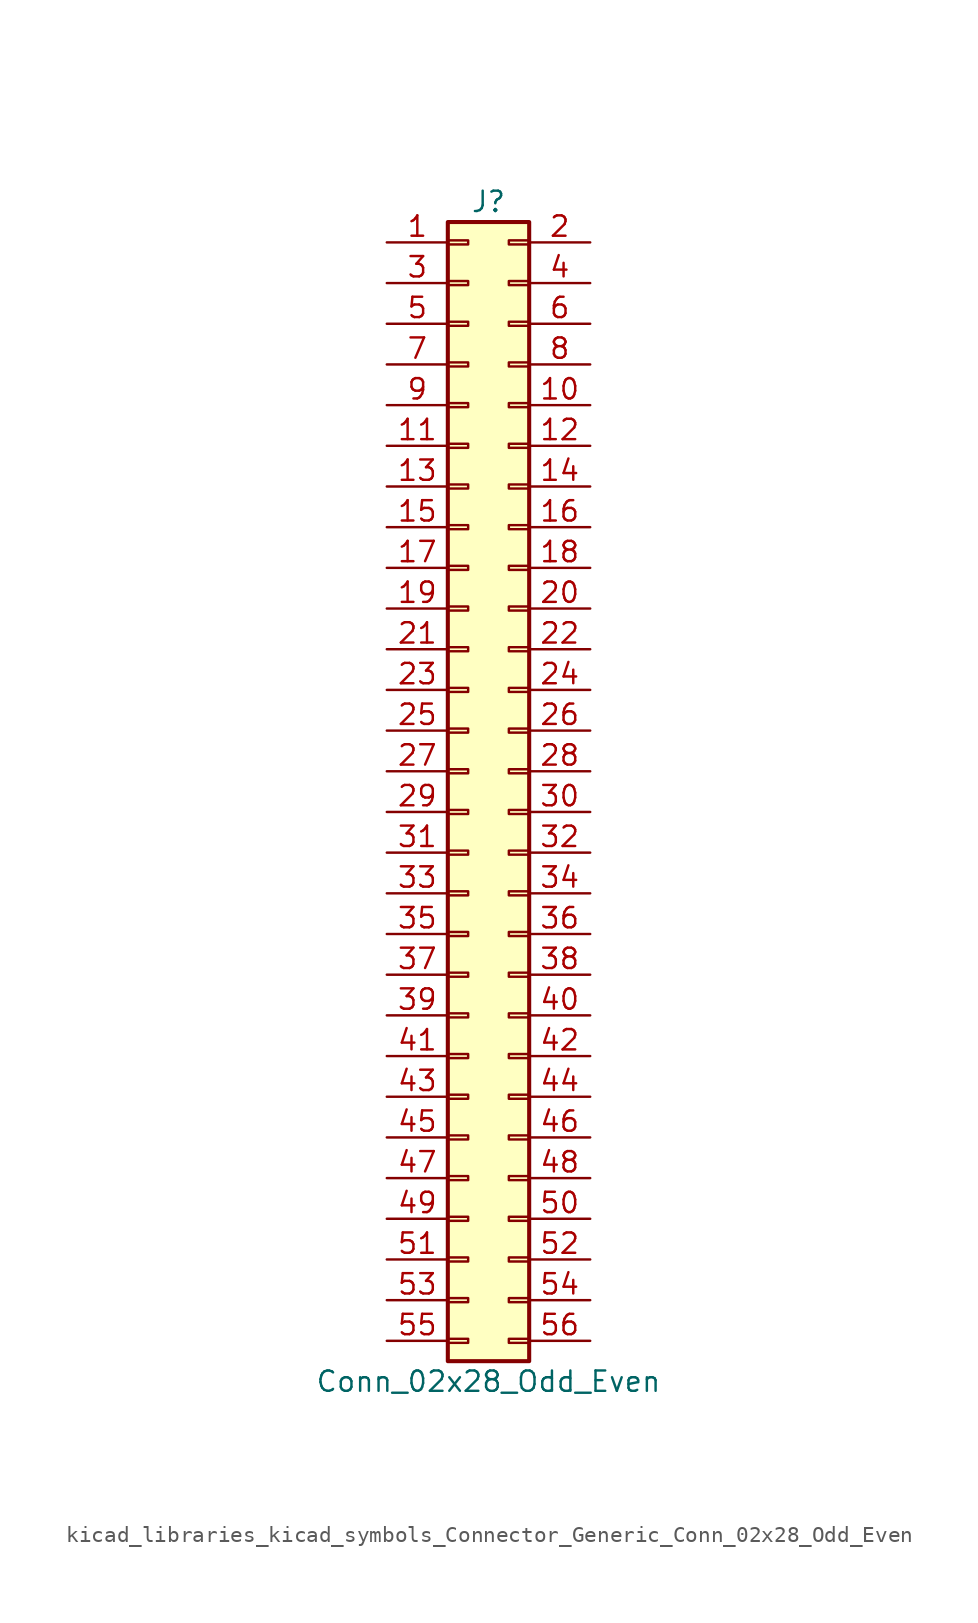
<source format=kicad_sym>
(kicad_symbol_lib
  (version 20220914)
  (generator kicad_symbol_editor)
  (symbol "kicad_libraries_kicad_symbols_Connector_Generic_Conn_02x28_Odd_Even"
    (pin_names
      (offset 1.016) hide)
    (property "Reference" "J"
      (at 1.27 35.56 0)
      (effects (font (size 1.27 1.27))))
    (property "Value" "Conn_02x28_Odd_Even"
      (at 1.27 -38.1 0)
      (effects (font (size 1.27 1.27))))
    (symbol "kicad_libraries_kicad_symbols_Connector_Generic_Conn_02x28_Odd_Even_1_1"
      (rectangle (start -1.27 -35.433) (end 0 -35.687) (stroke (width 0.152) (type default)) (fill (type none)))
      (rectangle (start -1.27 -32.893) (end 0 -33.147) (stroke (width 0.152) (type default)) (fill (type none)))
      (rectangle (start -1.27 -30.353) (end 0 -30.607) (stroke (width 0.152) (type default)) (fill (type none)))
      (rectangle (start -1.27 -27.813) (end 0 -28.067) (stroke (width 0.152) (type default)) (fill (type none)))
      (rectangle (start -1.27 -25.273) (end 0 -25.527) (stroke (width 0.152) (type default)) (fill (type none)))
      (rectangle (start -1.27 -22.733) (end 0 -22.987) (stroke (width 0.152) (type default)) (fill (type none)))
      (rectangle (start -1.27 -20.193) (end 0 -20.447) (stroke (width 0.152) (type default)) (fill (type none)))
      (rectangle (start -1.27 -17.653) (end 0 -17.907) (stroke (width 0.152) (type default)) (fill (type none)))
      (rectangle (start -1.27 -15.113) (end 0 -15.367) (stroke (width 0.152) (type default)) (fill (type none)))
      (rectangle (start -1.27 -12.573) (end 0 -12.827) (stroke (width 0.152) (type default)) (fill (type none)))
      (rectangle (start -1.27 -10.033) (end 0 -10.287) (stroke (width 0.152) (type default)) (fill (type none)))
      (rectangle (start -1.27 -7.493) (end 0 -7.747) (stroke (width 0.152) (type default)) (fill (type none)))
      (rectangle (start -1.27 -4.953) (end 0 -5.207) (stroke (width 0.152) (type default)) (fill (type none)))
      (rectangle (start -1.27 -2.413) (end 0 -2.667) (stroke (width 0.152) (type default)) (fill (type none)))
      (rectangle (start -1.27 0.127) (end 0 -0.127) (stroke (width 0.152) (type default)) (fill (type none)))
      (rectangle (start -1.27 2.667) (end 0 2.413) (stroke (width 0.152) (type default)) (fill (type none)))
      (rectangle (start -1.27 5.207) (end 0 4.953) (stroke (width 0.152) (type default)) (fill (type none)))
      (rectangle (start -1.27 7.747) (end 0 7.493) (stroke (width 0.152) (type default)) (fill (type none)))
      (rectangle (start -1.27 10.287) (end 0 10.033) (stroke (width 0.152) (type default)) (fill (type none)))
      (rectangle (start -1.27 12.827) (end 0 12.573) (stroke (width 0.152) (type default)) (fill (type none)))
      (rectangle (start -1.27 15.367) (end 0 15.113) (stroke (width 0.152) (type default)) (fill (type none)))
      (rectangle (start -1.27 17.907) (end 0 17.653) (stroke (width 0.152) (type default)) (fill (type none)))
      (rectangle (start -1.27 20.447) (end 0 20.193) (stroke (width 0.152) (type default)) (fill (type none)))
      (rectangle (start -1.27 22.987) (end 0 22.733) (stroke (width 0.152) (type default)) (fill (type none)))
      (rectangle (start -1.27 25.527) (end 0 25.273) (stroke (width 0.152) (type default)) (fill (type none)))
      (rectangle (start -1.27 28.067) (end 0 27.813) (stroke (width 0.152) (type default)) (fill (type none)))
      (rectangle (start -1.27 30.607) (end 0 30.353) (stroke (width 0.152) (type default)) (fill (type none)))
      (rectangle (start -1.27 33.147) (end 0 32.893) (stroke (width 0.152) (type default)) (fill (type none)))
      (rectangle (start -1.27 34.29) (end 3.81 -36.83) (stroke (width 0.254) (type default)) (fill (type background)))
      (rectangle (start 3.81 -35.433) (end 2.54 -35.687) (stroke (width 0.152) (type default)) (fill (type none)))
      (rectangle (start 3.81 -32.893) (end 2.54 -33.147) (stroke (width 0.152) (type default)) (fill (type none)))
      (rectangle (start 3.81 -30.353) (end 2.54 -30.607) (stroke (width 0.152) (type default)) (fill (type none)))
      (rectangle (start 3.81 -27.813) (end 2.54 -28.067) (stroke (width 0.152) (type default)) (fill (type none)))
      (rectangle (start 3.81 -25.273) (end 2.54 -25.527) (stroke (width 0.152) (type default)) (fill (type none)))
      (rectangle (start 3.81 -22.733) (end 2.54 -22.987) (stroke (width 0.152) (type default)) (fill (type none)))
      (rectangle (start 3.81 -20.193) (end 2.54 -20.447) (stroke (width 0.152) (type default)) (fill (type none)))
      (rectangle (start 3.81 -17.653) (end 2.54 -17.907) (stroke (width 0.152) (type default)) (fill (type none)))
      (rectangle (start 3.81 -15.113) (end 2.54 -15.367) (stroke (width 0.152) (type default)) (fill (type none)))
      (rectangle (start 3.81 -12.573) (end 2.54 -12.827) (stroke (width 0.152) (type default)) (fill (type none)))
      (rectangle (start 3.81 -10.033) (end 2.54 -10.287) (stroke (width 0.152) (type default)) (fill (type none)))
      (rectangle (start 3.81 -7.493) (end 2.54 -7.747) (stroke (width 0.152) (type default)) (fill (type none)))
      (rectangle (start 3.81 -4.953) (end 2.54 -5.207) (stroke (width 0.152) (type default)) (fill (type none)))
      (rectangle (start 3.81 -2.413) (end 2.54 -2.667) (stroke (width 0.152) (type default)) (fill (type none)))
      (rectangle (start 3.81 0.127) (end 2.54 -0.127) (stroke (width 0.152) (type default)) (fill (type none)))
      (rectangle (start 3.81 2.667) (end 2.54 2.413) (stroke (width 0.152) (type default)) (fill (type none)))
      (rectangle (start 3.81 5.207) (end 2.54 4.953) (stroke (width 0.152) (type default)) (fill (type none)))
      (rectangle (start 3.81 7.747) (end 2.54 7.493) (stroke (width 0.152) (type default)) (fill (type none)))
      (rectangle (start 3.81 10.287) (end 2.54 10.033) (stroke (width 0.152) (type default)) (fill (type none)))
      (rectangle (start 3.81 12.827) (end 2.54 12.573) (stroke (width 0.152) (type default)) (fill (type none)))
      (rectangle (start 3.81 15.367) (end 2.54 15.113) (stroke (width 0.152) (type default)) (fill (type none)))
      (rectangle (start 3.81 17.907) (end 2.54 17.653) (stroke (width 0.152) (type default)) (fill (type none)))
      (rectangle (start 3.81 20.447) (end 2.54 20.193) (stroke (width 0.152) (type default)) (fill (type none)))
      (rectangle (start 3.81 22.987) (end 2.54 22.733) (stroke (width 0.152) (type default)) (fill (type none)))
      (rectangle (start 3.81 25.527) (end 2.54 25.273) (stroke (width 0.152) (type default)) (fill (type none)))
      (rectangle (start 3.81 28.067) (end 2.54 27.813) (stroke (width 0.152) (type default)) (fill (type none)))
      (rectangle (start 3.81 30.607) (end 2.54 30.353) (stroke (width 0.152) (type default)) (fill (type none)))
      (rectangle (start 3.81 33.147) (end 2.54 32.893) (stroke (width 0.152) (type default)) (fill (type none)))
      (pin passive line (at -5.08 33.02 0) (length 3.81) (name "Pin_1" (effects (font (size 1.27 1.27)))) (number "1" (effects (font (size 1.27 1.27)))))
      (pin passive line (at 7.62 22.86 180) (length 3.81) (name "Pin_10" (effects (font (size 1.27 1.27)))) (number "10" (effects (font (size 1.27 1.27)))))
      (pin passive line (at -5.08 20.32 0) (length 3.81) (name "Pin_11" (effects (font (size 1.27 1.27)))) (number "11" (effects (font (size 1.27 1.27)))))
      (pin passive line (at 7.62 20.32 180) (length 3.81) (name "Pin_12" (effects (font (size 1.27 1.27)))) (number "12" (effects (font (size 1.27 1.27)))))
      (pin passive line (at -5.08 17.78 0) (length 3.81) (name "Pin_13" (effects (font (size 1.27 1.27)))) (number "13" (effects (font (size 1.27 1.27)))))
      (pin passive line (at 7.62 17.78 180) (length 3.81) (name "Pin_14" (effects (font (size 1.27 1.27)))) (number "14" (effects (font (size 1.27 1.27)))))
      (pin passive line (at -5.08 15.24 0) (length 3.81) (name "Pin_15" (effects (font (size 1.27 1.27)))) (number "15" (effects (font (size 1.27 1.27)))))
      (pin passive line (at 7.62 15.24 180) (length 3.81) (name "Pin_16" (effects (font (size 1.27 1.27)))) (number "16" (effects (font (size 1.27 1.27)))))
      (pin passive line (at -5.08 12.7 0) (length 3.81) (name "Pin_17" (effects (font (size 1.27 1.27)))) (number "17" (effects (font (size 1.27 1.27)))))
      (pin passive line (at 7.62 12.7 180) (length 3.81) (name "Pin_18" (effects (font (size 1.27 1.27)))) (number "18" (effects (font (size 1.27 1.27)))))
      (pin passive line (at -5.08 10.16 0) (length 3.81) (name "Pin_19" (effects (font (size 1.27 1.27)))) (number "19" (effects (font (size 1.27 1.27)))))
      (pin passive line (at 7.62 33.02 180) (length 3.81) (name "Pin_2" (effects (font (size 1.27 1.27)))) (number "2" (effects (font (size 1.27 1.27)))))
      (pin passive line (at 7.62 10.16 180) (length 3.81) (name "Pin_20" (effects (font (size 1.27 1.27)))) (number "20" (effects (font (size 1.27 1.27)))))
      (pin passive line (at -5.08 7.62 0) (length 3.81) (name "Pin_21" (effects (font (size 1.27 1.27)))) (number "21" (effects (font (size 1.27 1.27)))))
      (pin passive line (at 7.62 7.62 180) (length 3.81) (name "Pin_22" (effects (font (size 1.27 1.27)))) (number "22" (effects (font (size 1.27 1.27)))))
      (pin passive line (at -5.08 5.08 0) (length 3.81) (name "Pin_23" (effects (font (size 1.27 1.27)))) (number "23" (effects (font (size 1.27 1.27)))))
      (pin passive line (at 7.62 5.08 180) (length 3.81) (name "Pin_24" (effects (font (size 1.27 1.27)))) (number "24" (effects (font (size 1.27 1.27)))))
      (pin passive line (at -5.08 2.54 0) (length 3.81) (name "Pin_25" (effects (font (size 1.27 1.27)))) (number "25" (effects (font (size 1.27 1.27)))))
      (pin passive line (at 7.62 2.54 180) (length 3.81) (name "Pin_26" (effects (font (size 1.27 1.27)))) (number "26" (effects (font (size 1.27 1.27)))))
      (pin passive line (at -5.08 0 0) (length 3.81) (name "Pin_27" (effects (font (size 1.27 1.27)))) (number "27" (effects (font (size 1.27 1.27)))))
      (pin passive line (at 7.62 0 180) (length 3.81) (name "Pin_28" (effects (font (size 1.27 1.27)))) (number "28" (effects (font (size 1.27 1.27)))))
      (pin passive line (at -5.08 -2.54 0) (length 3.81) (name "Pin_29" (effects (font (size 1.27 1.27)))) (number "29" (effects (font (size 1.27 1.27)))))
      (pin passive line (at -5.08 30.48 0) (length 3.81) (name "Pin_3" (effects (font (size 1.27 1.27)))) (number "3" (effects (font (size 1.27 1.27)))))
      (pin passive line (at 7.62 -2.54 180) (length 3.81) (name "Pin_30" (effects (font (size 1.27 1.27)))) (number "30" (effects (font (size 1.27 1.27)))))
      (pin passive line (at -5.08 -5.08 0) (length 3.81) (name "Pin_31" (effects (font (size 1.27 1.27)))) (number "31" (effects (font (size 1.27 1.27)))))
      (pin passive line (at 7.62 -5.08 180) (length 3.81) (name "Pin_32" (effects (font (size 1.27 1.27)))) (number "32" (effects (font (size 1.27 1.27)))))
      (pin passive line (at -5.08 -7.62 0) (length 3.81) (name "Pin_33" (effects (font (size 1.27 1.27)))) (number "33" (effects (font (size 1.27 1.27)))))
      (pin passive line (at 7.62 -7.62 180) (length 3.81) (name "Pin_34" (effects (font (size 1.27 1.27)))) (number "34" (effects (font (size 1.27 1.27)))))
      (pin passive line (at -5.08 -10.16 0) (length 3.81) (name "Pin_35" (effects (font (size 1.27 1.27)))) (number "35" (effects (font (size 1.27 1.27)))))
      (pin passive line (at 7.62 -10.16 180) (length 3.81) (name "Pin_36" (effects (font (size 1.27 1.27)))) (number "36" (effects (font (size 1.27 1.27)))))
      (pin passive line (at -5.08 -12.7 0) (length 3.81) (name "Pin_37" (effects (font (size 1.27 1.27)))) (number "37" (effects (font (size 1.27 1.27)))))
      (pin passive line (at 7.62 -12.7 180) (length 3.81) (name "Pin_38" (effects (font (size 1.27 1.27)))) (number "38" (effects (font (size 1.27 1.27)))))
      (pin passive line (at -5.08 -15.24 0) (length 3.81) (name "Pin_39" (effects (font (size 1.27 1.27)))) (number "39" (effects (font (size 1.27 1.27)))))
      (pin passive line (at 7.62 30.48 180) (length 3.81) (name "Pin_4" (effects (font (size 1.27 1.27)))) (number "4" (effects (font (size 1.27 1.27)))))
      (pin passive line (at 7.62 -15.24 180) (length 3.81) (name "Pin_40" (effects (font (size 1.27 1.27)))) (number "40" (effects (font (size 1.27 1.27)))))
      (pin passive line (at -5.08 -17.78 0) (length 3.81) (name "Pin_41" (effects (font (size 1.27 1.27)))) (number "41" (effects (font (size 1.27 1.27)))))
      (pin passive line (at 7.62 -17.78 180) (length 3.81) (name "Pin_42" (effects (font (size 1.27 1.27)))) (number "42" (effects (font (size 1.27 1.27)))))
      (pin passive line (at -5.08 -20.32 0) (length 3.81) (name "Pin_43" (effects (font (size 1.27 1.27)))) (number "43" (effects (font (size 1.27 1.27)))))
      (pin passive line (at 7.62 -20.32 180) (length 3.81) (name "Pin_44" (effects (font (size 1.27 1.27)))) (number "44" (effects (font (size 1.27 1.27)))))
      (pin passive line (at -5.08 -22.86 0) (length 3.81) (name "Pin_45" (effects (font (size 1.27 1.27)))) (number "45" (effects (font (size 1.27 1.27)))))
      (pin passive line (at 7.62 -22.86 180) (length 3.81) (name "Pin_46" (effects (font (size 1.27 1.27)))) (number "46" (effects (font (size 1.27 1.27)))))
      (pin passive line (at -5.08 -25.4 0) (length 3.81) (name "Pin_47" (effects (font (size 1.27 1.27)))) (number "47" (effects (font (size 1.27 1.27)))))
      (pin passive line (at 7.62 -25.4 180) (length 3.81) (name "Pin_48" (effects (font (size 1.27 1.27)))) (number "48" (effects (font (size 1.27 1.27)))))
      (pin passive line (at -5.08 -27.94 0) (length 3.81) (name "Pin_49" (effects (font (size 1.27 1.27)))) (number "49" (effects (font (size 1.27 1.27)))))
      (pin passive line (at -5.08 27.94 0) (length 3.81) (name "Pin_5" (effects (font (size 1.27 1.27)))) (number "5" (effects (font (size 1.27 1.27)))))
      (pin passive line (at 7.62 -27.94 180) (length 3.81) (name "Pin_50" (effects (font (size 1.27 1.27)))) (number "50" (effects (font (size 1.27 1.27)))))
      (pin passive line (at -5.08 -30.48 0) (length 3.81) (name "Pin_51" (effects (font (size 1.27 1.27)))) (number "51" (effects (font (size 1.27 1.27)))))
      (pin passive line (at 7.62 -30.48 180) (length 3.81) (name "Pin_52" (effects (font (size 1.27 1.27)))) (number "52" (effects (font (size 1.27 1.27)))))
      (pin passive line (at -5.08 -33.02 0) (length 3.81) (name "Pin_53" (effects (font (size 1.27 1.27)))) (number "53" (effects (font (size 1.27 1.27)))))
      (pin passive line (at 7.62 -33.02 180) (length 3.81) (name "Pin_54" (effects (font (size 1.27 1.27)))) (number "54" (effects (font (size 1.27 1.27)))))
      (pin passive line (at -5.08 -35.56 0) (length 3.81) (name "Pin_55" (effects (font (size 1.27 1.27)))) (number "55" (effects (font (size 1.27 1.27)))))
      (pin passive line (at 7.62 -35.56 180) (length 3.81) (name "Pin_56" (effects (font (size 1.27 1.27)))) (number "56" (effects (font (size 1.27 1.27)))))
      (pin passive line (at 7.62 27.94 180) (length 3.81) (name "Pin_6" (effects (font (size 1.27 1.27)))) (number "6" (effects (font (size 1.27 1.27)))))
      (pin passive line (at -5.08 25.4 0) (length 3.81) (name "Pin_7" (effects (font (size 1.27 1.27)))) (number "7" (effects (font (size 1.27 1.27)))))
      (pin passive line (at 7.62 25.4 180) (length 3.81) (name "Pin_8" (effects (font (size 1.27 1.27)))) (number "8" (effects (font (size 1.27 1.27)))))
      (pin passive line (at -5.08 22.86 0) (length 3.81) (name "Pin_9" (effects (font (size 1.27 1.27)))) (number "9" (effects (font (size 1.27 1.27))))))))
</source>
